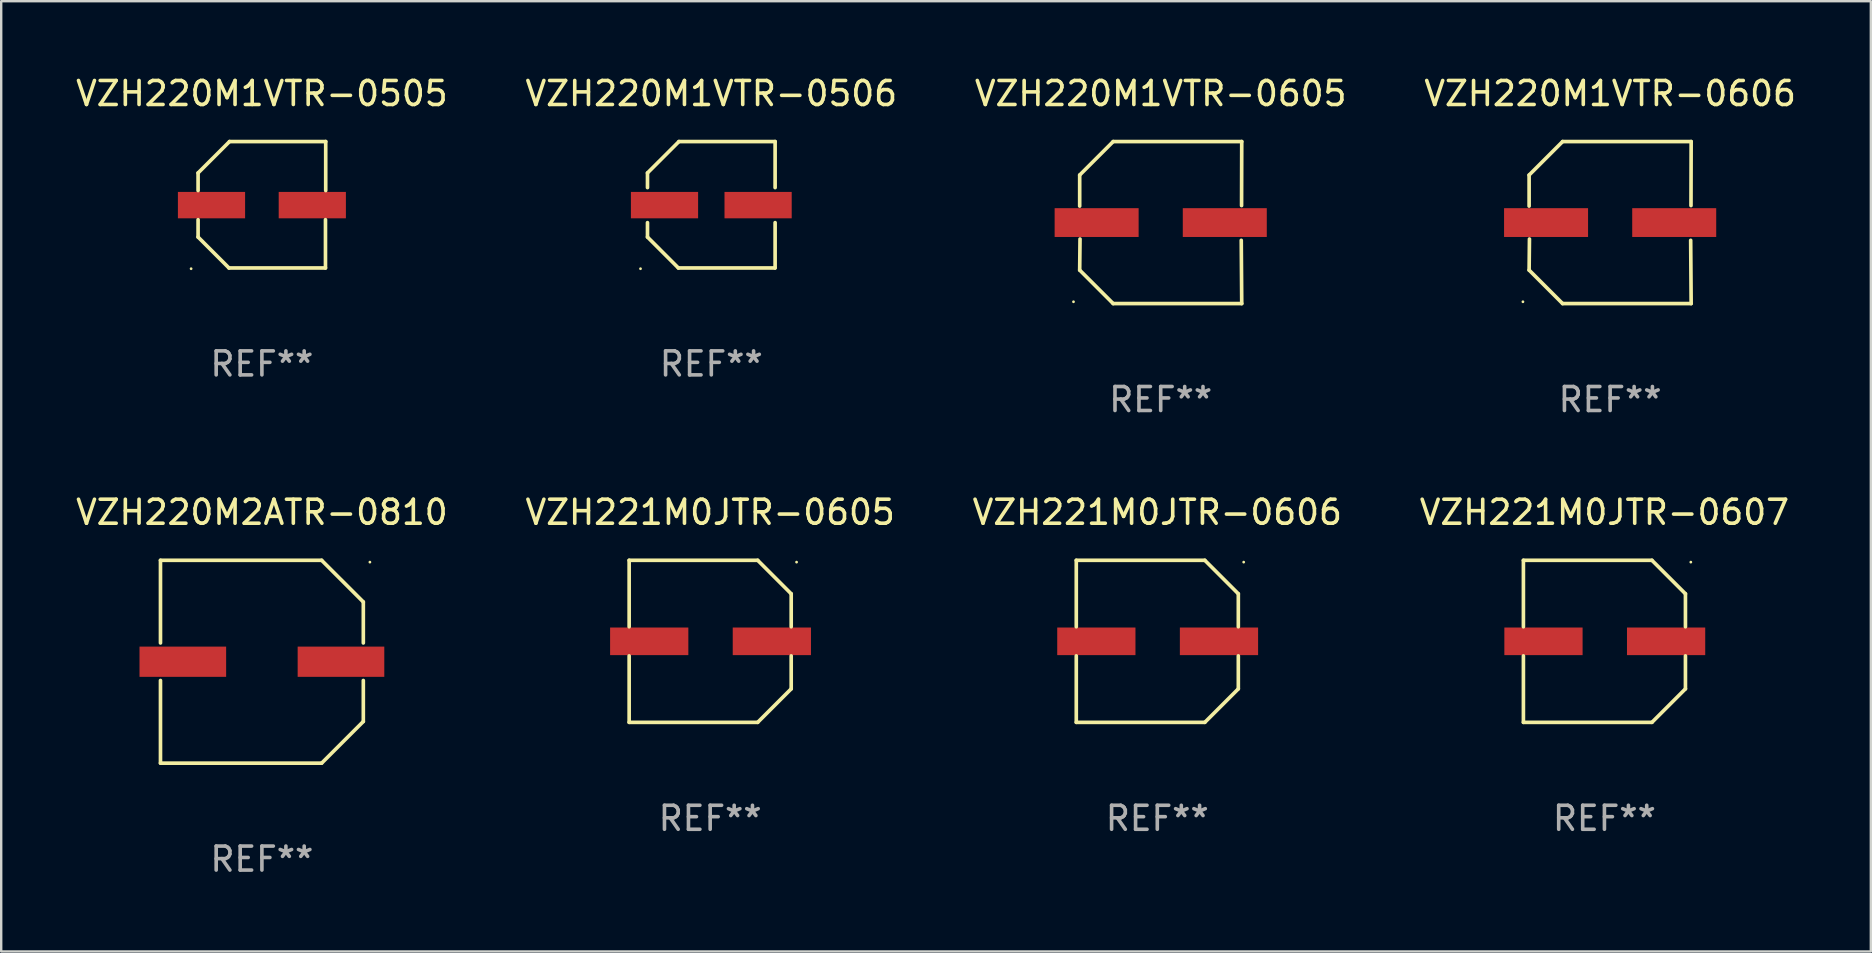
<source format=kicad_pcb>
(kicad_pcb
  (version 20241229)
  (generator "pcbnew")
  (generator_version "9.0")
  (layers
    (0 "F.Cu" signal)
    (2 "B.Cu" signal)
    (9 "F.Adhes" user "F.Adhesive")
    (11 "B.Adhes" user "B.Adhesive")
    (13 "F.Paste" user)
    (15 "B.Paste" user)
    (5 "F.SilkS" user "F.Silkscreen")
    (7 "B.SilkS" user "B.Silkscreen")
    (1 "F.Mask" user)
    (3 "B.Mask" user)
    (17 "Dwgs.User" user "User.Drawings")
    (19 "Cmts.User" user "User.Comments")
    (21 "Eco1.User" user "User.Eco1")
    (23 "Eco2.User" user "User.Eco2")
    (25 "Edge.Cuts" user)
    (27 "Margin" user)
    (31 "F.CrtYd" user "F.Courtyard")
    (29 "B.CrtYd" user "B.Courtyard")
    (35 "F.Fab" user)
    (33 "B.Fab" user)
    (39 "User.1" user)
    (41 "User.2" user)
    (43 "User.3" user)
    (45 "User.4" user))
  (footprint "VZH220M1VTR-0605"
    (layer "F.Cu")
    (at 45.315 6.224)
    (property "Reference" "VZH220M1VTR-0605" (at 0 -5.376 0) (layer "F.SilkS") (effects (font (size 1 1) (thickness 0.15))))
    (attr through_hole)
    (fp_line (start -3.376 -1.98) (end -3.376 -0.686) (stroke (width 0.152) (type solid)) (layer "F.SilkS"))
    (fp_line (start -3.376 1.981) (end -3.362 0.686) (stroke (width 0.152) (type solid)) (layer "F.SilkS"))
    (fp_line (start -1.981 3.376) (end -3.376 1.981) (stroke (width 0.152) (type solid)) (layer "F.SilkS"))
    (fp_line (start -1.98 -3.376) (end -3.376 -1.98) (stroke (width 0.152) (type solid)) (layer "F.SilkS"))
    (fp_line (start 3.356 0.74) (end 3.376 3.376) (stroke (width 0.152) (type solid)) (layer "F.SilkS"))
    (fp_line (start 3.369 -0.707) (end 3.376 -3.376) (stroke (width 0.152) (type solid)) (layer "F.SilkS"))
    (fp_line (start 3.376 3.376) (end -1.981 3.376) (stroke (width 0.152) (type solid)) (layer "F.SilkS"))
    (fp_line (start 3.376 -3.376) (end -1.98 -3.376) (stroke (width 0.152) (type solid)) (layer "F.SilkS"))
    (fp_circle (center -3.634 3.3) (end -3.604 3.3) (stroke (width 0.06) (type solid)) (fill no) (layer "F.SilkS"))
    (fp_text user "REF**" (at 0 7.376 0) (layer "F.Fab") (effects (font (size 1 1) (thickness 0.15))))
    (pad "1" smd rect (at -2.67 0.000254) (size 3.5 1.2) (layers "F.Cu" "F.Mask" "F.Paste"))
    (pad "2" smd rect (at 2.67 0.000254) (size 3.5 1.2) (layers "F.Cu" "F.Mask" "F.Paste")))
  (footprint "VZH221M0JTR-0605"
    (layer "F.Cu")
    (at 26.542 23.673)
    (property "Reference" "VZH221M0JTR-0605" (at 0 -5.376 0) (layer "F.SilkS") (effects (font (size 1 1) (thickness 0.15))))
    (attr through_hole)
    (fp_line (start -3.376 -3.376) (end 1.98 -3.376) (stroke (width 0.152) (type solid)) (layer "F.SilkS"))
    (fp_line (start -3.376 -0.607) (end -3.376 -3.376) (stroke (width 0.152) (type solid)) (layer "F.SilkS"))
    (fp_line (start -3.376 0.607) (end -3.376 3.376) (stroke (width 0.152) (type solid)) (layer "F.SilkS"))
    (fp_line (start -3.376 3.376) (end 1.98 3.376) (stroke (width 0.152) (type solid)) (layer "F.SilkS"))
    (fp_line (start 1.98 -3.376) (end 3.376 -1.98) (stroke (width 0.152) (type solid)) (layer "F.SilkS"))
    (fp_line (start 1.98 3.376) (end 3.376 1.98) (stroke (width 0.152) (type solid)) (layer "F.SilkS"))
    (fp_line (start 3.376 -1.98) (end 3.376 -0.607) (stroke (width 0.152) (type solid)) (layer "F.SilkS"))
    (fp_line (start 3.376 1.98) (end 3.376 0.607) (stroke (width 0.152) (type solid)) (layer "F.SilkS"))
    (fp_circle (center 3.6 -3.3) (end 3.63 -3.3) (stroke (width 0.06) (type solid)) (fill no) (layer "F.SilkS"))
    (fp_text user "REF**" (at 0 7.376 0) (layer "F.Fab") (effects (font (size 1 1) (thickness 0.15))))
    (pad "1" smd rect (at 2.57 0 180) (size 3.26 1.15) (layers "F.Cu" "F.Mask" "F.Paste"))
    (pad "2" smd rect (at -2.54 0 180) (size 3.26 1.15) (layers "F.Cu" "F.Mask" "F.Paste")))
  (footprint "VZH220M1VTR-0505"
    (layer "F.Cu")
    (at 7.863 5.482)
    (property "Reference" "VZH220M1VTR-0505" (at 0 -4.634 0) (layer "F.SilkS") (effects (font (size 1 1) (thickness 0.15))))
    (attr through_hole)
    (fp_line (start -2.659 -1.326) (end -2.659 -0.592) (stroke (width 0.152) (type solid)) (layer "F.SilkS"))
    (fp_line (start -2.659 1.346) (end -2.659 0.622) (stroke (width 0.152) (type solid)) (layer "F.SilkS"))
    (fp_line (start -1.372 2.634) (end -2.659 1.346) (stroke (width 0.152) (type solid)) (layer "F.SilkS"))
    (fp_line (start -1.349 -2.634) (end -2.659 -1.326) (stroke (width 0.152) (type solid)) (layer "F.SilkS"))
    (fp_line (start 2.649 0.622) (end 2.649 2.634) (stroke (width 0.152) (type solid)) (layer "F.SilkS"))
    (fp_line (start 2.649 2.634) (end -1.372 2.634) (stroke (width 0.152) (type solid)) (layer "F.SilkS"))
    (fp_line (start 2.659 -2.634) (end -1.349 -2.634) (stroke (width 0.152) (type solid)) (layer "F.SilkS"))
    (fp_line (start 2.659 -0.592) (end 2.659 -2.634) (stroke (width 0.152) (type solid)) (layer "F.SilkS"))
    (fp_circle (center -2.95 2.665) (end -2.92 2.665) (stroke (width 0.06) (type solid)) (fill no) (layer "F.SilkS"))
    (fp_text user "REF**" (at 0 6.634 0) (layer "F.Fab") (effects (font (size 1 1) (thickness 0.15))))
    (pad "1" smd rect (at -2.1 0.015) (size 2.8 1.1) (layers "F.Cu" "F.Mask" "F.Paste"))
    (pad "2" smd rect (at 2.1 0.015) (size 2.8 1.1) (layers "F.Cu" "F.Mask" "F.Paste")))
  (footprint "VZH220M2ATR-0810"
    (layer "F.Cu")
    (at 7.863 24.523)
    (property "Reference" "VZH220M2ATR-0810" (at 0 -6.226 0) (layer "F.SilkS") (effects (font (size 1 1) (thickness 0.15))))
    (attr through_hole)
    (fp_line (start -4.226 -4.226) (end 2.49 -4.226) (stroke (width 0.152) (type solid)) (layer "F.SilkS"))
    (fp_line (start -4.226 -0.782) (end -4.226 -4.226) (stroke (width 0.152) (type solid)) (layer "F.SilkS"))
    (fp_line (start -4.226 0.782) (end -4.226 4.226) (stroke (width 0.152) (type solid)) (layer "F.SilkS"))
    (fp_line (start -4.226 4.226) (end 2.49 4.226) (stroke (width 0.152) (type solid)) (layer "F.SilkS"))
    (fp_line (start 2.49 -4.226) (end 4.226 -2.49) (stroke (width 0.152) (type solid)) (layer "F.SilkS"))
    (fp_line (start 2.49 4.226) (end 4.226 2.49) (stroke (width 0.152) (type solid)) (layer "F.SilkS"))
    (fp_line (start 4.226 -2.49) (end 4.226 -0.782) (stroke (width 0.152) (type solid)) (layer "F.SilkS"))
    (fp_line (start 4.226 2.49) (end 4.226 0.782) (stroke (width 0.152) (type solid)) (layer "F.SilkS"))
    (fp_circle (center 4.5 -4.15) (end 4.53 -4.15) (stroke (width 0.06) (type solid)) (fill no) (layer "F.SilkS"))
    (fp_text user "REF**" (at 0 8.226 0) (layer "F.Fab") (effects (font (size 1 1) (thickness 0.15))))
    (pad "1" smd rect (at 3.295 0 180) (size 3.61 1.26) (layers "F.Cu" "F.Mask" "F.Paste"))
    (pad "2" smd rect (at -3.295 0 180) (size 3.61 1.26) (layers "F.Cu" "F.Mask" "F.Paste")))
  (footprint "VZH221M0JTR-0606"
    (layer "F.Cu")
    (at 45.173 23.673)
    (property "Reference" "VZH221M0JTR-0606" (at 0 -5.376 0) (layer "F.SilkS") (effects (font (size 1 1) (thickness 0.15))))
    (attr through_hole)
    (fp_line (start -3.376 -3.376) (end 1.98 -3.376) (stroke (width 0.152) (type solid)) (layer "F.SilkS"))
    (fp_line (start -3.376 -0.607) (end -3.376 -3.376) (stroke (width 0.152) (type solid)) (layer "F.SilkS"))
    (fp_line (start -3.376 0.607) (end -3.376 3.376) (stroke (width 0.152) (type solid)) (layer "F.SilkS"))
    (fp_line (start -3.376 3.376) (end 1.98 3.376) (stroke (width 0.152) (type solid)) (layer "F.SilkS"))
    (fp_line (start 1.98 -3.376) (end 3.376 -1.98) (stroke (width 0.152) (type solid)) (layer "F.SilkS"))
    (fp_line (start 1.98 3.376) (end 3.376 1.98) (stroke (width 0.152) (type solid)) (layer "F.SilkS"))
    (fp_line (start 3.376 -1.98) (end 3.376 -0.607) (stroke (width 0.152) (type solid)) (layer "F.SilkS"))
    (fp_line (start 3.376 1.98) (end 3.376 0.607) (stroke (width 0.152) (type solid)) (layer "F.SilkS"))
    (fp_circle (center 3.6 -3.3) (end 3.63 -3.3) (stroke (width 0.06) (type solid)) (fill no) (layer "F.SilkS"))
    (fp_text user "REF**" (at 0 7.376 0) (layer "F.Fab") (effects (font (size 1 1) (thickness 0.15))))
    (pad "1" smd rect (at 2.57 0 180) (size 3.26 1.15) (layers "F.Cu" "F.Mask" "F.Paste"))
    (pad "2" smd rect (at -2.54 0 180) (size 3.26 1.15) (layers "F.Cu" "F.Mask" "F.Paste")))
  (footprint "VZH221M0JTR-0607"
    (layer "F.Cu")
    (at 63.804 23.673)
    (property "Reference" "VZH221M0JTR-0607" (at 0 -5.376 0) (layer "F.SilkS") (effects (font (size 1 1) (thickness 0.15))))
    (attr through_hole)
    (fp_line (start -3.376 -3.376) (end 1.98 -3.376) (stroke (width 0.152) (type solid)) (layer "F.SilkS"))
    (fp_line (start -3.376 -0.607) (end -3.376 -3.376) (stroke (width 0.152) (type solid)) (layer "F.SilkS"))
    (fp_line (start -3.376 0.607) (end -3.376 3.376) (stroke (width 0.152) (type solid)) (layer "F.SilkS"))
    (fp_line (start -3.376 3.376) (end 1.98 3.376) (stroke (width 0.152) (type solid)) (layer "F.SilkS"))
    (fp_line (start 1.98 -3.376) (end 3.376 -1.98) (stroke (width 0.152) (type solid)) (layer "F.SilkS"))
    (fp_line (start 1.98 3.376) (end 3.376 1.98) (stroke (width 0.152) (type solid)) (layer "F.SilkS"))
    (fp_line (start 3.376 -1.98) (end 3.376 -0.607) (stroke (width 0.152) (type solid)) (layer "F.SilkS"))
    (fp_line (start 3.376 1.98) (end 3.376 0.607) (stroke (width 0.152) (type solid)) (layer "F.SilkS"))
    (fp_circle (center 3.6 -3.3) (end 3.63 -3.3) (stroke (width 0.06) (type solid)) (fill no) (layer "F.SilkS"))
    (fp_text user "REF**" (at 0 7.376 0) (layer "F.Fab") (effects (font (size 1 1) (thickness 0.15))))
    (pad "1" smd rect (at 2.57 0 180) (size 3.26 1.15) (layers "F.Cu" "F.Mask" "F.Paste"))
    (pad "2" smd rect (at -2.54 0 180) (size 3.26 1.15) (layers "F.Cu" "F.Mask" "F.Paste")))
  (footprint "VZH220M1VTR-0606"
    (layer "F.Cu")
    (at 64.042 6.224)
    (property "Reference" "VZH220M1VTR-0606" (at 0 -5.376 0) (layer "F.SilkS") (effects (font (size 1 1) (thickness 0.15))))
    (attr through_hole)
    (fp_line (start -3.376 -1.98) (end -3.376 -0.686) (stroke (width 0.152) (type solid)) (layer "F.SilkS"))
    (fp_line (start -3.376 1.981) (end -3.362 0.686) (stroke (width 0.152) (type solid)) (layer "F.SilkS"))
    (fp_line (start -1.981 3.376) (end -3.376 1.981) (stroke (width 0.152) (type solid)) (layer "F.SilkS"))
    (fp_line (start -1.98 -3.376) (end -3.376 -1.98) (stroke (width 0.152) (type solid)) (layer "F.SilkS"))
    (fp_line (start 3.356 0.74) (end 3.376 3.376) (stroke (width 0.152) (type solid)) (layer "F.SilkS"))
    (fp_line (start 3.369 -0.707) (end 3.376 -3.376) (stroke (width 0.152) (type solid)) (layer "F.SilkS"))
    (fp_line (start 3.376 3.376) (end -1.981 3.376) (stroke (width 0.152) (type solid)) (layer "F.SilkS"))
    (fp_line (start 3.376 -3.376) (end -1.98 -3.376) (stroke (width 0.152) (type solid)) (layer "F.SilkS"))
    (fp_circle (center -3.634 3.3) (end -3.604 3.3) (stroke (width 0.06) (type solid)) (fill no) (layer "F.SilkS"))
    (fp_text user "REF**" (at 0 7.376 0) (layer "F.Fab") (effects (font (size 1 1) (thickness 0.15))))
    (pad "1" smd rect (at -2.67 0.000254) (size 3.5 1.2) (layers "F.Cu" "F.Mask" "F.Paste"))
    (pad "2" smd rect (at 2.67 0.000254) (size 3.5 1.2) (layers "F.Cu" "F.Mask" "F.Paste")))
  (footprint "VZH220M1VTR-0506"
    (layer "F.Cu")
    (at 26.589 5.482)
    (property "Reference" "VZH220M1VTR-0506" (at 0 -4.634 0) (layer "F.SilkS") (effects (font (size 1 1) (thickness 0.15))))
    (attr through_hole)
    (fp_line (start -2.659 -1.326) (end -2.659 -0.715) (stroke (width 0.152) (type solid)) (layer "F.SilkS"))
    (fp_line (start -2.659 0.745) (end -2.659 1.346) (stroke (width 0.152) (type solid)) (layer "F.SilkS"))
    (fp_line (start -1.372 2.634) (end -2.659 1.346) (stroke (width 0.152) (type solid)) (layer "F.SilkS"))
    (fp_line (start -1.349 -2.634) (end -2.659 -1.326) (stroke (width 0.152) (type solid)) (layer "F.SilkS"))
    (fp_line (start 2.649 2.634) (end -1.372 2.634) (stroke (width 0.152) (type solid)) (layer "F.SilkS"))
    (fp_line (start 2.659 -2.634) (end -1.349 -2.634) (stroke (width 0.152) (type solid)) (layer "F.SilkS"))
    (fp_line (start 2.659 -2.634) (end 2.659 -0.715) (stroke (width 0.152) (type solid)) (layer "F.SilkS"))
    (fp_line (start 2.659 0.745) (end 2.659 2.634) (stroke (width 0.152) (type solid)) (layer "F.SilkS"))
    (fp_circle (center -2.95 2.665) (end -2.92 2.665) (stroke (width 0.06) (type solid)) (fill no) (layer "F.SilkS"))
    (fp_text user "REF**" (at 0 6.634 0) (layer "F.Fab") (effects (font (size 1 1) (thickness 0.15))))
    (pad "1" smd rect (at -1.95 0.015) (size 2.8 1.1) (layers "F.Cu" "F.Mask" "F.Paste"))
    (pad "2" smd rect (at 1.95 0.015) (size 2.8 1.1) (layers "F.Cu" "F.Mask" "F.Paste")))
  (gr_rect
    (start -3 -3)
    (end 74.905 36.597)
    (stroke (width 0.1) (type default))
    (fill no)
    (layer "Edge.Cuts")))
</source>
